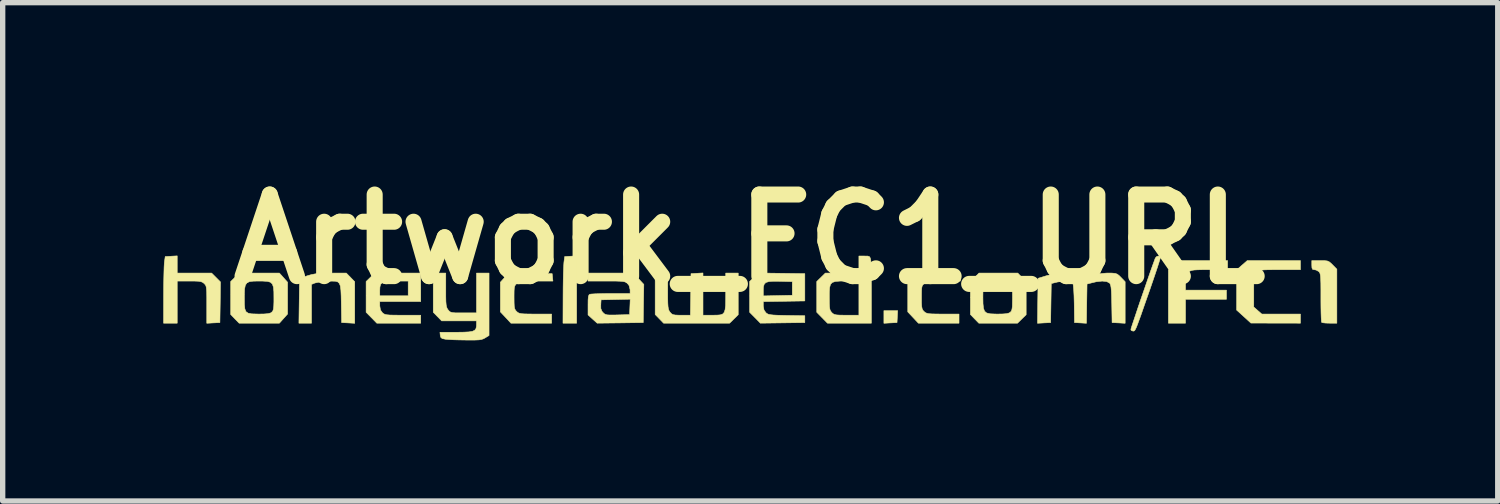
<source format=kicad_pcb>
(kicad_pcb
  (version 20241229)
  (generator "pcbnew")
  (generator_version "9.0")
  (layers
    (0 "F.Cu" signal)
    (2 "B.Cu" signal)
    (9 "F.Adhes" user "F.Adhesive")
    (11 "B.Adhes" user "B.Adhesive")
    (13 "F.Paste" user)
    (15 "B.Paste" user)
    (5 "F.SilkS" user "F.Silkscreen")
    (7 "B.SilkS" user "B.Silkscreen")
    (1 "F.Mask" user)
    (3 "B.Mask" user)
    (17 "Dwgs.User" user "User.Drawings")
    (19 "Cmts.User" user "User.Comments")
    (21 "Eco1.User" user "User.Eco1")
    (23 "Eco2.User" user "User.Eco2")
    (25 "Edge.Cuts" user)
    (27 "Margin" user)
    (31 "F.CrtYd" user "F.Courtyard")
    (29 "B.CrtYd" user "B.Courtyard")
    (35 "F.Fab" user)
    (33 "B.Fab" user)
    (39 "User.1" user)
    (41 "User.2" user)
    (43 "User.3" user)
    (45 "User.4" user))
  (footprint "Artwork_FC1_URL"
    (layer "F.Cu")
    (at 10.951 2.518)
    (property "Reference" "Artwork_FC1_URL" (at 0 -1.1 0) (layer "F.SilkS") (effects (font (size 1.524 1.524) (thickness 0.3))))
    (attr through_hole)
    (fp_poly (pts (xy 2.759 0.345) (xy 2.753 0.457) (xy 2.63 0.463) (xy 2.508 0.47) (xy 2.508 0.234) (xy 2.765 0.234) (xy 2.759 0.345)) (stroke (width 0.01) (type solid)) (fill yes) (layer "F.SilkS"))
    (fp_poly (pts (xy -3.231 0.468) (xy -3.486 0.468) (xy -3.484 -0.048) (xy -3.483 -0.198) (xy -3.481 -0.341) (xy -3.478 -0.467) (xy -3.474 -0.571) (xy -3.47 -0.644) (xy -3.468 -0.67) (xy -3.454 -0.776) (xy -3.231 -0.789) (xy -3.231 0.468)) (stroke (width 0.01) (type solid)) (fill yes) (layer "F.SilkS"))
    (fp_poly (pts (xy 8.927 -0.531) (xy 8.59 -0.531) (xy 8.462 -0.531) (xy 8.368 -0.529) (xy 8.303 -0.525) (xy 8.259 -0.518) (xy 8.228 -0.507) (xy 8.203 -0.492) (xy 8.197 -0.487) (xy 8.167 -0.46) (xy 8.15 -0.428) (xy 8.143 -0.379) (xy 8.141 -0.301) (xy 8.141 -0.296) (xy 8.141 -0.149) (xy 8.906 -0.149) (xy 8.906 0.021) (xy 8.141 0.021) (xy 8.141 0.468) (xy 7.822 0.468) (xy 7.822 -0.523) (xy 7.913 -0.612) (xy 8.004 -0.701) (xy 8.927 -0.701) (xy 8.927 -0.531)) (stroke (width 0.01) (type solid)) (fill yes) (layer "F.SilkS"))
    (fp_poly (pts (xy 10.288 -0.531) (xy 9.91 -0.531) (xy 9.775 -0.531) (xy 9.676 -0.53) (xy 9.605 -0.527) (xy 9.557 -0.522) (xy 9.525 -0.513) (xy 9.501 -0.501) (xy 9.48 -0.483) (xy 9.474 -0.477) (xy 9.451 -0.455) (xy 9.435 -0.432) (xy 9.425 -0.401) (xy 9.419 -0.355) (xy 9.417 -0.285) (xy 9.416 -0.184) (xy 9.416 -0.129) (xy 9.416 0.166) (xy 9.491 0.232) (xy 9.566 0.298) (xy 10.288 0.298) (xy 10.288 0.468) (xy 9.825 0.467) (xy 9.363 0.466) (xy 9.096 0.223) (xy 9.097 -0.528) (xy 9.196 -0.615) (xy 9.295 -0.701) (xy 10.288 -0.701) (xy 10.288 -0.531)) (stroke (width 0.01) (type solid)) (fill yes) (layer "F.SilkS"))
    (fp_poly (pts (xy -7.454 -0.387) (xy -7.376 -0.306) (xy -7.376 0.47) (xy -7.498 0.463) (xy -7.62 0.457) (xy -7.626 0.107) (xy -7.629 -0.039) (xy -7.634 -0.148) (xy -7.644 -0.225) (xy -7.663 -0.275) (xy -7.694 -0.304) (xy -7.74 -0.316) (xy -7.805 -0.317) (xy -7.886 -0.314) (xy -7.977 -0.306) (xy -8.058 -0.295) (xy -8.116 -0.283) (xy -8.125 -0.28) (xy -8.183 -0.256) (xy -8.183 0.468) (xy -8.418 0.468) (xy -8.412 0.049) (xy -8.406 -0.37) (xy -8.258 -0.418) (xy -8.185 -0.439) (xy -8.113 -0.453) (xy -8.03 -0.461) (xy -7.925 -0.465) (xy -7.821 -0.467) (xy -7.533 -0.468) (xy -7.454 -0.387)) (stroke (width 0.01) (type solid)) (fill yes) (layer "F.SilkS"))
    (fp_poly (pts (xy -10.691 -0.468) (xy -10.049 -0.468) (xy -9.883 -0.302) (xy -9.888 0.078) (xy -9.894 0.457) (xy -10.017 0.463) (xy -10.139 0.47) (xy -10.139 0.122) (xy -10.139 -0.008) (xy -10.14 -0.101) (xy -10.144 -0.166) (xy -10.15 -0.21) (xy -10.159 -0.238) (xy -10.174 -0.258) (xy -10.188 -0.273) (xy -10.214 -0.293) (xy -10.246 -0.307) (xy -10.292 -0.315) (xy -10.363 -0.318) (xy -10.464 -0.319) (xy -10.691 -0.319) (xy -10.691 0.468) (xy -10.946 0.468) (xy -10.945 -0.058) (xy -10.944 -0.21) (xy -10.942 -0.352) (xy -10.939 -0.478) (xy -10.936 -0.581) (xy -10.932 -0.653) (xy -10.929 -0.68) (xy -10.915 -0.776) (xy -10.691 -0.789) (xy -10.691 -0.468)) (stroke (width 0.01) (type solid)) (fill yes) (layer "F.SilkS"))
    (fp_poly (pts (xy 10.736 -0.7) (xy 10.789 -0.694) (xy 10.827 -0.677) (xy 10.864 -0.646) (xy 10.889 -0.621) (xy 10.968 -0.54) (xy 10.968 0.468) (xy 10.833 0.468) (xy 10.761 0.466) (xy 10.707 0.46) (xy 10.684 0.453) (xy 10.68 0.429) (xy 10.676 0.368) (xy 10.673 0.278) (xy 10.671 0.165) (xy 10.67 0.034) (xy 10.67 -0.011) (xy 10.67 -0.162) (xy 10.669 -0.276) (xy 10.666 -0.358) (xy 10.662 -0.416) (xy 10.655 -0.454) (xy 10.646 -0.478) (xy 10.634 -0.494) (xy 10.631 -0.496) (xy 10.582 -0.524) (xy 10.546 -0.531) (xy 10.516 -0.537) (xy 10.503 -0.563) (xy 10.5 -0.616) (xy 10.5 -0.701) (xy 10.655 -0.701) (xy 10.736 -0.7)) (stroke (width 0.01) (type solid)) (fill yes) (layer "F.SilkS"))
    (fp_poly (pts (xy -6.143 0.064) (xy -6.908 0.064) (xy -6.908 0.145) (xy -6.895 0.222) (xy -6.859 0.273) (xy -6.838 0.29) (xy -6.813 0.303) (xy -6.777 0.311) (xy -6.722 0.316) (xy -6.643 0.318) (xy -6.531 0.319) (xy -6.476 0.319) (xy -6.143 0.319) (xy -6.143 0.468) (xy -6.963 0.468) (xy -7.063 0.366) (xy -7.163 0.264) (xy -7.163 -0.145) (xy -6.908 -0.145) (xy -6.908 -0.043) (xy -6.377 -0.043) (xy -6.377 -0.319) (xy -6.603 -0.319) (xy -6.723 -0.317) (xy -6.807 -0.308) (xy -6.861 -0.289) (xy -6.892 -0.257) (xy -6.905 -0.207) (xy -6.908 -0.145) (xy -7.163 -0.145) (xy -7.163 -0.31) (xy -7.082 -0.389) (xy -7.002 -0.468) (xy -6.143 -0.468) (xy -6.143 0.064)) (stroke (width 0.01) (type solid)) (fill yes) (layer "F.SilkS"))
    (fp_poly (pts (xy -4.094 -0.463) (xy -3.688 -0.457) (xy -3.681 -0.388) (xy -3.674 -0.319) (xy -3.981 -0.319) (xy -4.103 -0.318) (xy -4.191 -0.316) (xy -4.251 -0.311) (xy -4.292 -0.303) (xy -4.321 -0.29) (xy -4.344 -0.275) (xy -4.369 -0.253) (xy -4.385 -0.229) (xy -4.395 -0.193) (xy -4.399 -0.136) (xy -4.4 -0.049) (xy -4.4 -0.013) (xy -4.399 0.087) (xy -4.396 0.154) (xy -4.388 0.197) (xy -4.373 0.226) (xy -4.351 0.251) (xy -4.351 0.251) (xy -4.328 0.27) (xy -4.302 0.282) (xy -4.263 0.291) (xy -4.206 0.295) (xy -4.121 0.297) (xy -4.001 0.298) (xy -3.698 0.298) (xy -3.698 0.468) (xy -4.458 0.468) (xy -4.556 0.362) (xy -4.655 0.257) (xy -4.655 -0.297) (xy -4.5 -0.469) (xy -4.094 -0.463)) (stroke (width 0.01) (type solid)) (fill yes) (layer "F.SilkS"))
    (fp_poly (pts (xy 0.597 -0.463) (xy 1.031 -0.457) (xy 1.031 0.053) (xy 0.643 0.059) (xy 0.255 0.065) (xy 0.255 0.146) (xy 0.269 0.223) (xy 0.304 0.272) (xy 0.325 0.289) (xy 0.351 0.302) (xy 0.389 0.31) (xy 0.446 0.316) (xy 0.529 0.32) (xy 0.645 0.323) (xy 0.692 0.324) (xy 1.031 0.329) (xy 1.031 0.457) (xy 0.201 0.468) (xy 0.101 0.366) (xy 0 0.264) (xy 0 -0.145) (xy 0.255 -0.145) (xy 0.255 -0.041) (xy 0.797 -0.053) (xy 0.797 -0.308) (xy 0.566 -0.314) (xy 0.445 -0.315) (xy 0.36 -0.309) (xy 0.304 -0.292) (xy 0.273 -0.261) (xy 0.258 -0.212) (xy 0.255 -0.145) (xy 0 -0.145) (xy 0 -0.31) (xy 0.081 -0.389) (xy 0.162 -0.469) (xy 0.597 -0.463)) (stroke (width 0.01) (type solid)) (fill yes) (layer "F.SilkS"))
    (fp_poly (pts (xy 3.521 -0.463) (xy 3.922 -0.457) (xy 3.928 -0.388) (xy 3.935 -0.319) (xy 3.628 -0.319) (xy 3.506 -0.318) (xy 3.419 -0.316) (xy 3.358 -0.311) (xy 3.317 -0.303) (xy 3.288 -0.29) (xy 3.266 -0.275) (xy 3.24 -0.253) (xy 3.224 -0.229) (xy 3.215 -0.193) (xy 3.211 -0.136) (xy 3.21 -0.049) (xy 3.21 -0.013) (xy 3.21 0.087) (xy 3.214 0.154) (xy 3.222 0.197) (xy 3.236 0.226) (xy 3.258 0.251) (xy 3.259 0.251) (xy 3.281 0.27) (xy 3.308 0.282) (xy 3.346 0.291) (xy 3.404 0.295) (xy 3.489 0.297) (xy 3.608 0.298) (xy 3.911 0.298) (xy 3.911 0.468) (xy 3.152 0.468) (xy 3.053 0.362) (xy 2.954 0.257) (xy 2.954 -0.303) (xy 3.12 -0.469) (xy 3.521 -0.463)) (stroke (width 0.01) (type solid)) (fill yes) (layer "F.SilkS"))
    (fp_poly (pts (xy -0.871 0.319) (xy -0.694 0.319) (xy -0.611 0.318) (xy -0.548 0.313) (xy -0.504 0.298) (xy -0.475 0.267) (xy -0.458 0.215) (xy -0.449 0.137) (xy -0.447 0.027) (xy -0.446 -0.113) (xy -0.446 -0.468) (xy -0.213 -0.468) (xy -0.213 0.31) (xy -0.293 0.389) (xy -0.374 0.468) (xy -1.607 0.468) (xy -1.685 0.387) (xy -1.764 0.306) (xy -1.764 -0.468) (xy -1.53 -0.468) (xy -1.53 -0.13) (xy -1.53 -0.002) (xy -1.528 0.091) (xy -1.524 0.156) (xy -1.517 0.201) (xy -1.506 0.232) (xy -1.491 0.257) (xy -1.486 0.263) (xy -1.461 0.291) (xy -1.432 0.308) (xy -1.388 0.316) (xy -1.319 0.319) (xy -1.274 0.319) (xy -1.106 0.319) (xy -1.1 -0.069) (xy -1.095 -0.457) (xy -0.871 -0.47) (xy -0.871 0.319)) (stroke (width 0.01) (type solid)) (fill yes) (layer "F.SilkS"))
    (fp_poly (pts (xy 7.667 -0.775) (xy 7.673 -0.759) (xy 7.666 -0.732) (xy 7.647 -0.671) (xy 7.618 -0.58) (xy 7.58 -0.466) (xy 7.535 -0.333) (xy 7.485 -0.188) (xy 7.482 -0.179) (xy 7.412 0.02) (xy 7.355 0.183) (xy 7.31 0.313) (xy 7.273 0.414) (xy 7.245 0.49) (xy 7.224 0.544) (xy 7.207 0.58) (xy 7.194 0.602) (xy 7.183 0.612) (xy 7.173 0.616) (xy 7.162 0.616) (xy 7.16 0.616) (xy 7.127 0.603) (xy 7.121 0.586) (xy 7.127 0.561) (xy 7.146 0.502) (xy 7.175 0.415) (xy 7.212 0.305) (xy 7.254 0.178) (xy 7.301 0.04) (xy 7.351 -0.104) (xy 7.4 -0.246) (xy 7.447 -0.383) (xy 7.49 -0.507) (xy 7.528 -0.613) (xy 7.558 -0.695) (xy 7.577 -0.748) (xy 7.578 -0.749) (xy 7.603 -0.777) (xy 7.639 -0.786) (xy 7.667 -0.775)) (stroke (width 0.01) (type solid)) (fill yes) (layer "F.SilkS"))
    (fp_poly (pts (xy -8.63 -0.297) (xy -8.63 0.297) (xy -8.783 0.468) (xy -9.535 0.468) (xy -9.614 0.387) (xy -9.692 0.306) (xy -9.692 0.003) (xy -9.437 0.003) (xy -9.436 0.12) (xy -9.428 0.201) (xy -9.407 0.253) (xy -9.366 0.281) (xy -9.301 0.294) (xy -9.205 0.297) (xy -9.165 0.298) (xy -9.062 0.296) (xy -8.993 0.29) (xy -8.948 0.278) (xy -8.924 0.262) (xy -8.906 0.24) (xy -8.894 0.206) (xy -8.888 0.152) (xy -8.885 0.069) (xy -8.885 0.007) (xy -8.886 -0.117) (xy -8.894 -0.205) (xy -8.914 -0.263) (xy -8.95 -0.297) (xy -9.01 -0.313) (xy -9.096 -0.318) (xy -9.161 -0.319) (xy -9.267 -0.317) (xy -9.341 -0.308) (xy -9.39 -0.284) (xy -9.419 -0.24) (xy -9.433 -0.17) (xy -9.437 -0.067) (xy -9.437 0.003) (xy -9.692 0.003) (xy -9.692 -0.31) (xy -9.612 -0.389) (xy -9.531 -0.468) (xy -8.783 -0.468) (xy -8.63 -0.297)) (stroke (width 0.01) (type solid)) (fill yes) (layer "F.SilkS"))
    (fp_poly (pts (xy 2.207 -0.785) (xy 2.239 -0.774) (xy 2.254 -0.748) (xy 2.261 -0.72) (xy 2.265 -0.681) (xy 2.268 -0.606) (xy 2.271 -0.502) (xy 2.273 -0.374) (xy 2.274 -0.23) (xy 2.274 -0.093) (xy 2.274 0.468) (xy 1.454 0.468) (xy 1.354 0.366) (xy 1.254 0.264) (xy 1.254 -0.016) (xy 1.488 -0.016) (xy 1.489 0.089) (xy 1.492 0.161) (xy 1.499 0.209) (xy 1.512 0.241) (xy 1.531 0.266) (xy 1.534 0.27) (xy 1.558 0.291) (xy 1.586 0.306) (xy 1.627 0.314) (xy 1.69 0.318) (xy 1.785 0.319) (xy 1.81 0.319) (xy 2.041 0.319) (xy 2.041 -0.319) (xy 1.811 -0.319) (xy 1.688 -0.318) (xy 1.601 -0.311) (xy 1.543 -0.292) (xy 1.51 -0.256) (xy 1.494 -0.196) (xy 1.488 -0.106) (xy 1.488 -0.016) (xy 1.254 -0.016) (xy 1.254 -0.31) (xy 1.415 -0.468) (xy 2.041 -0.468) (xy 2.041 -0.786) (xy 2.144 -0.786) (xy 2.207 -0.785)) (stroke (width 0.01) (type solid)) (fill yes) (layer "F.SilkS"))
    (fp_poly (pts (xy -5.675 -0.152) (xy -5.675 -0.028) (xy -5.673 0.062) (xy -5.668 0.123) (xy -5.66 0.165) (xy -5.648 0.195) (xy -5.631 0.22) (xy -5.61 0.244) (xy -5.588 0.26) (xy -5.554 0.27) (xy -5.502 0.275) (xy -5.422 0.276) (xy -5.344 0.276) (xy -5.101 0.276) (xy -5.101 -0.468) (xy -4.867 -0.468) (xy -4.867 0.698) (xy -4.939 0.742) (xy -4.972 0.76) (xy -5.008 0.772) (xy -5.056 0.78) (xy -5.124 0.783) (xy -5.221 0.784) (xy -5.306 0.783) (xy -5.422 0.781) (xy -5.53 0.778) (xy -5.619 0.773) (xy -5.679 0.768) (xy -5.686 0.767) (xy -5.742 0.755) (xy -5.768 0.733) (xy -5.778 0.696) (xy -5.784 0.638) (xy -5.478 0.638) (xy -5.343 0.636) (xy -5.244 0.631) (xy -5.176 0.62) (xy -5.134 0.6) (xy -5.111 0.569) (xy -5.102 0.526) (xy -5.101 0.493) (xy -5.101 0.425) (xy -5.752 0.425) (xy -5.83 0.345) (xy -5.909 0.264) (xy -5.909 -0.468) (xy -5.675 -0.468) (xy -5.675 -0.152)) (stroke (width 0.01) (type solid)) (fill yes) (layer "F.SilkS"))
    (fp_poly (pts (xy 5.086 -0.387) (xy 5.165 -0.306) (xy 5.165 0.31) (xy 5.084 0.389) (xy 5.004 0.468) (xy 4.281 0.468) (xy 4.202 0.387) (xy 4.124 0.306) (xy 4.124 -0.017) (xy 4.357 -0.017) (xy 4.359 0.105) (xy 4.368 0.19) (xy 4.389 0.246) (xy 4.428 0.278) (xy 4.491 0.293) (xy 4.583 0.297) (xy 4.629 0.298) (xy 4.732 0.296) (xy 4.802 0.29) (xy 4.846 0.278) (xy 4.871 0.262) (xy 4.889 0.241) (xy 4.9 0.208) (xy 4.907 0.157) (xy 4.909 0.077) (xy 4.91 -0.007) (xy 4.909 -0.128) (xy 4.902 -0.213) (xy 4.883 -0.268) (xy 4.848 -0.299) (xy 4.791 -0.314) (xy 4.706 -0.319) (xy 4.648 -0.319) (xy 4.553 -0.318) (xy 4.49 -0.313) (xy 4.449 -0.302) (xy 4.418 -0.283) (xy 4.407 -0.273) (xy 4.384 -0.248) (xy 4.369 -0.218) (xy 4.361 -0.174) (xy 4.358 -0.106) (xy 4.357 -0.017) (xy 4.124 -0.017) (xy 4.124 -0.31) (xy 4.285 -0.468) (xy 5.008 -0.468) (xy 5.086 -0.387)) (stroke (width 0.01) (type solid)) (fill yes) (layer "F.SilkS"))
    (fp_poly (pts (xy -2.075 -0.362) (xy -1.976 -0.256) (xy -1.982 0.101) (xy -1.987 0.457) (xy -2.417 0.463) (xy -2.847 0.468) (xy -2.933 0.391) (xy -3.018 0.314) (xy -3.018 0.127) (xy -3.018 0.125) (xy -2.78 0.125) (xy -2.779 0.195) (xy -2.759 0.245) (xy -2.739 0.269) (xy -2.715 0.292) (xy -2.689 0.306) (xy -2.651 0.314) (xy -2.592 0.316) (xy -2.503 0.315) (xy -2.467 0.314) (xy -2.242 0.308) (xy -2.236 0.164) (xy -2.23 0.02) (xy -2.502 0.026) (xy -2.774 0.032) (xy -2.78 0.125) (xy -3.018 0.125) (xy -3.017 0.034) (xy -3.012 -0.025) (xy -3.001 -0.058) (xy -2.985 -0.072) (xy -2.953 -0.076) (xy -2.887 -0.08) (xy -2.793 -0.083) (xy -2.681 -0.085) (xy -2.591 -0.085) (xy -2.232 -0.085) (xy -2.232 -0.156) (xy -2.251 -0.234) (xy -2.281 -0.273) (xy -2.302 -0.29) (xy -2.326 -0.302) (xy -2.362 -0.31) (xy -2.415 -0.315) (xy -2.493 -0.318) (xy -2.602 -0.319) (xy -2.674 -0.319) (xy -3.018 -0.319) (xy -3.018 -0.468) (xy -2.174 -0.468) (xy -2.075 -0.362)) (stroke (width 0.01) (type solid)) (fill yes) (layer "F.SilkS"))
    (fp_poly (pts (xy 6.011 -0.468) (xy 6.101 -0.456) (xy 6.163 -0.434) (xy 6.174 -0.425) (xy 6.199 -0.404) (xy 6.223 -0.394) (xy 6.257 -0.396) (xy 6.312 -0.409) (xy 6.372 -0.425) (xy 6.513 -0.454) (xy 6.661 -0.467) (xy 6.691 -0.468) (xy 6.775 -0.467) (xy 6.83 -0.461) (xy 6.868 -0.447) (xy 6.903 -0.42) (xy 6.936 -0.387) (xy 7.014 -0.306) (xy 7.014 0.47) (xy 6.892 0.463) (xy 6.77 0.457) (xy 6.764 0.107) (xy 6.761 -0.028) (xy 6.757 -0.127) (xy 6.751 -0.196) (xy 6.743 -0.241) (xy 6.731 -0.27) (xy 6.723 -0.281) (xy 6.67 -0.309) (xy 6.586 -0.318) (xy 6.476 -0.306) (xy 6.408 -0.29) (xy 6.302 -0.263) (xy 6.296 0.103) (xy 6.291 0.47) (xy 6.179 0.463) (xy 6.068 0.457) (xy 6.063 0.097) (xy 6.059 -0.044) (xy 6.053 -0.158) (xy 6.045 -0.24) (xy 6.036 -0.285) (xy 6.033 -0.291) (xy 5.994 -0.31) (xy 5.926 -0.318) (xy 5.84 -0.314) (xy 5.747 -0.3) (xy 5.728 -0.295) (xy 5.634 -0.272) (xy 5.628 0.093) (xy 5.622 0.457) (xy 5.499 0.463) (xy 5.377 0.47) (xy 5.382 0.05) (xy 5.388 -0.37) (xy 5.548 -0.419) (xy 5.659 -0.446) (xy 5.78 -0.463) (xy 5.9 -0.471) (xy 6.011 -0.468)) (stroke (width 0.01) (type solid)) (fill yes) (layer "F.SilkS")))
  (gr_rect
    (start -3 -3)
    (end 24.924 6.307)
    (stroke (width 0.1) (type default))
    (fill no)
    (layer "Edge.Cuts")))
</source>
